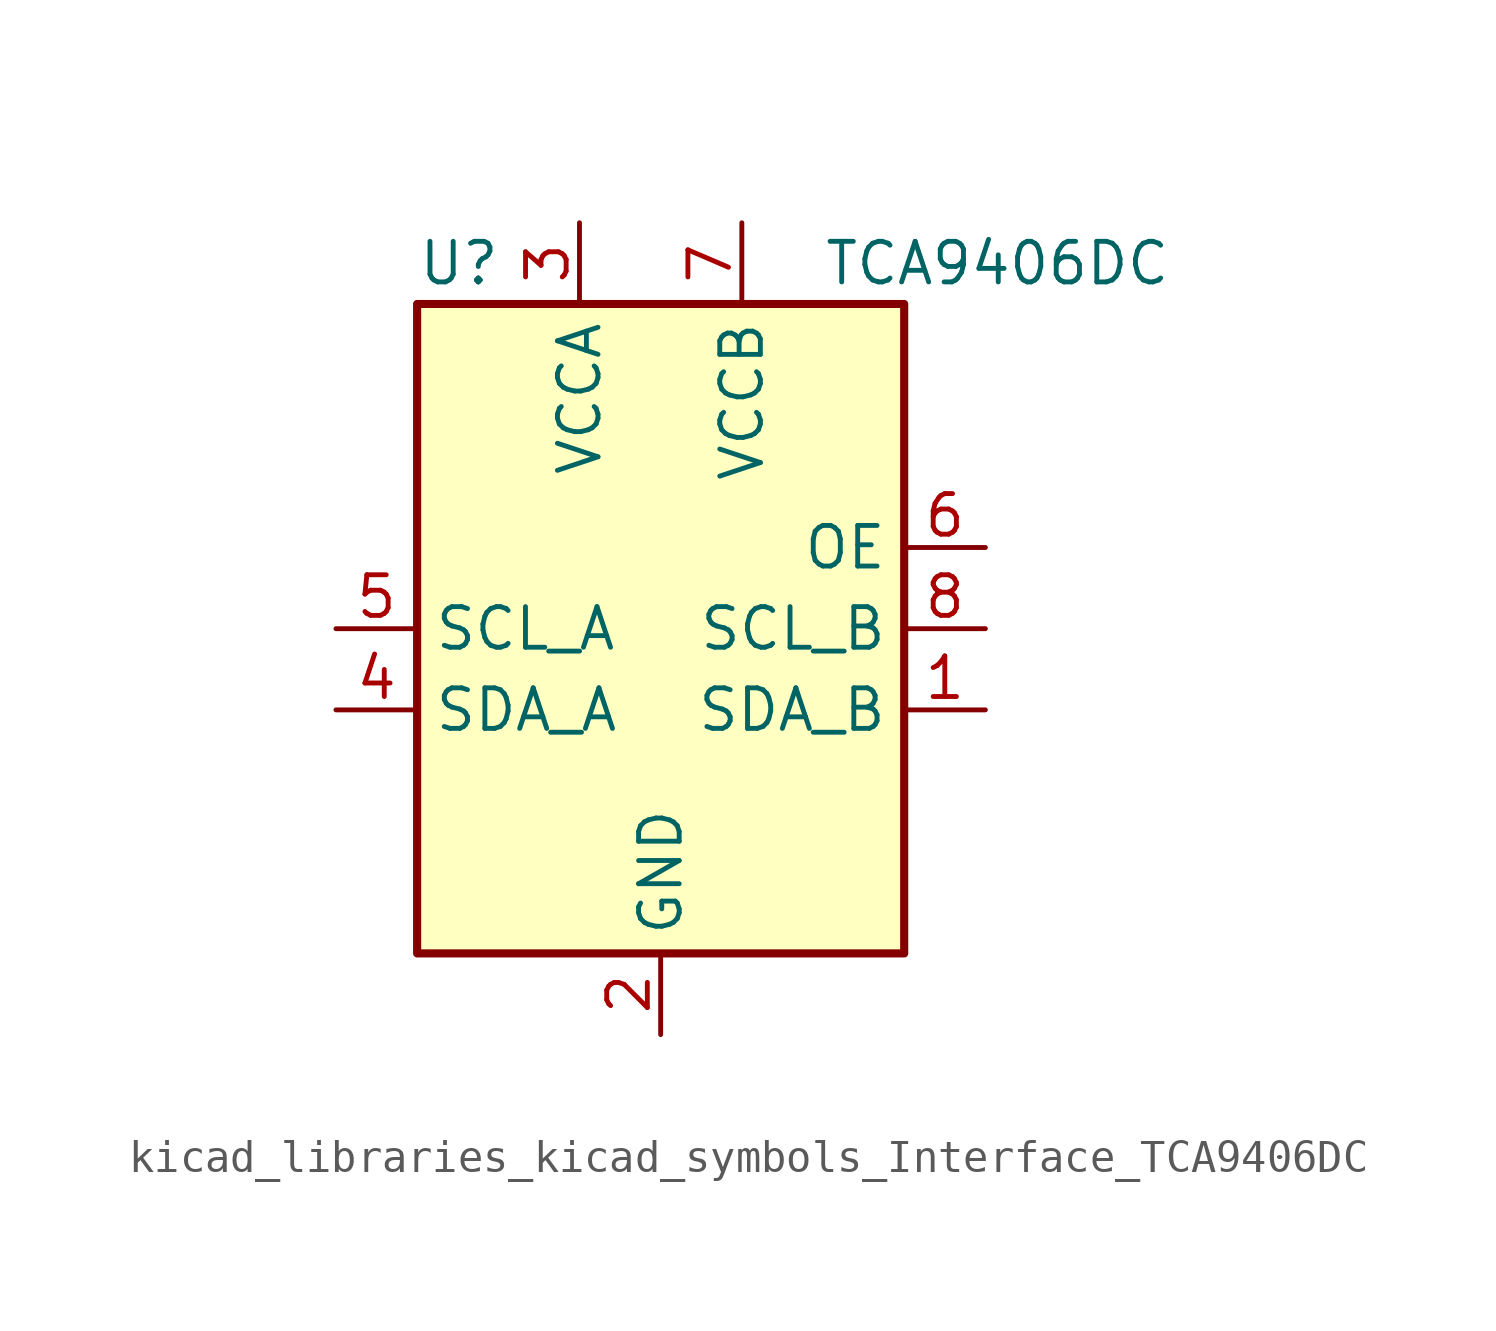
<source format=kicad_sym>
(kicad_symbol_lib
  (version 20220914)
  (generator kicad_symbol_editor)
  (symbol "kicad_libraries_kicad_symbols_Interface_TCA9406DC"
    (property "Reference" "U"
      (at -7.62 11.43 0)
      (effects (font (size 1.27 1.27)) (justify left)))
    (property "Value" "TCA9406DC"
      (at 5.08 11.43 0)
      (effects (font (size 1.27 1.27)) (justify left)))
    (symbol "kicad_libraries_kicad_symbols_Interface_TCA9406DC_0_1"
      (rectangle (start -7.62 10.16) (end 7.62 -10.16) (stroke (width 0.254) (type default)) (fill (type background))))
    (symbol "kicad_libraries_kicad_symbols_Interface_TCA9406DC_1_1"
      (pin bidirectional line (at 10.16 -2.54 180) (length 2.54) (name "SDA_B" (effects (font (size 1.27 1.27)))) (number "1" (effects (font (size 1.27 1.27)))))
      (pin power_in line (at 0 -12.7 90) (length 2.54) (name "GND" (effects (font (size 1.27 1.27)))) (number "2" (effects (font (size 1.27 1.27)))))
      (pin power_in line (at -2.54 12.7 270) (length 2.54) (name "VCCA" (effects (font (size 1.27 1.27)))) (number "3" (effects (font (size 1.27 1.27)))))
      (pin bidirectional line (at -10.16 -2.54 0) (length 2.54) (name "SDA_A" (effects (font (size 1.27 1.27)))) (number "4" (effects (font (size 1.27 1.27)))))
      (pin bidirectional line (at -10.16 0 0) (length 2.54) (name "SCL_A" (effects (font (size 1.27 1.27)))) (number "5" (effects (font (size 1.27 1.27)))))
      (pin input line (at 10.16 2.54 180) (length 2.54) (name "OE" (effects (font (size 1.27 1.27)))) (number "6" (effects (font (size 1.27 1.27)))))
      (pin power_in line (at 2.54 12.7 270) (length 2.54) (name "VCCB" (effects (font (size 1.27 1.27)))) (number "7" (effects (font (size 1.27 1.27)))))
      (pin bidirectional line (at 10.16 0 180) (length 2.54) (name "SCL_B" (effects (font (size 1.27 1.27)))) (number "8" (effects (font (size 1.27 1.27))))))))
</source>
